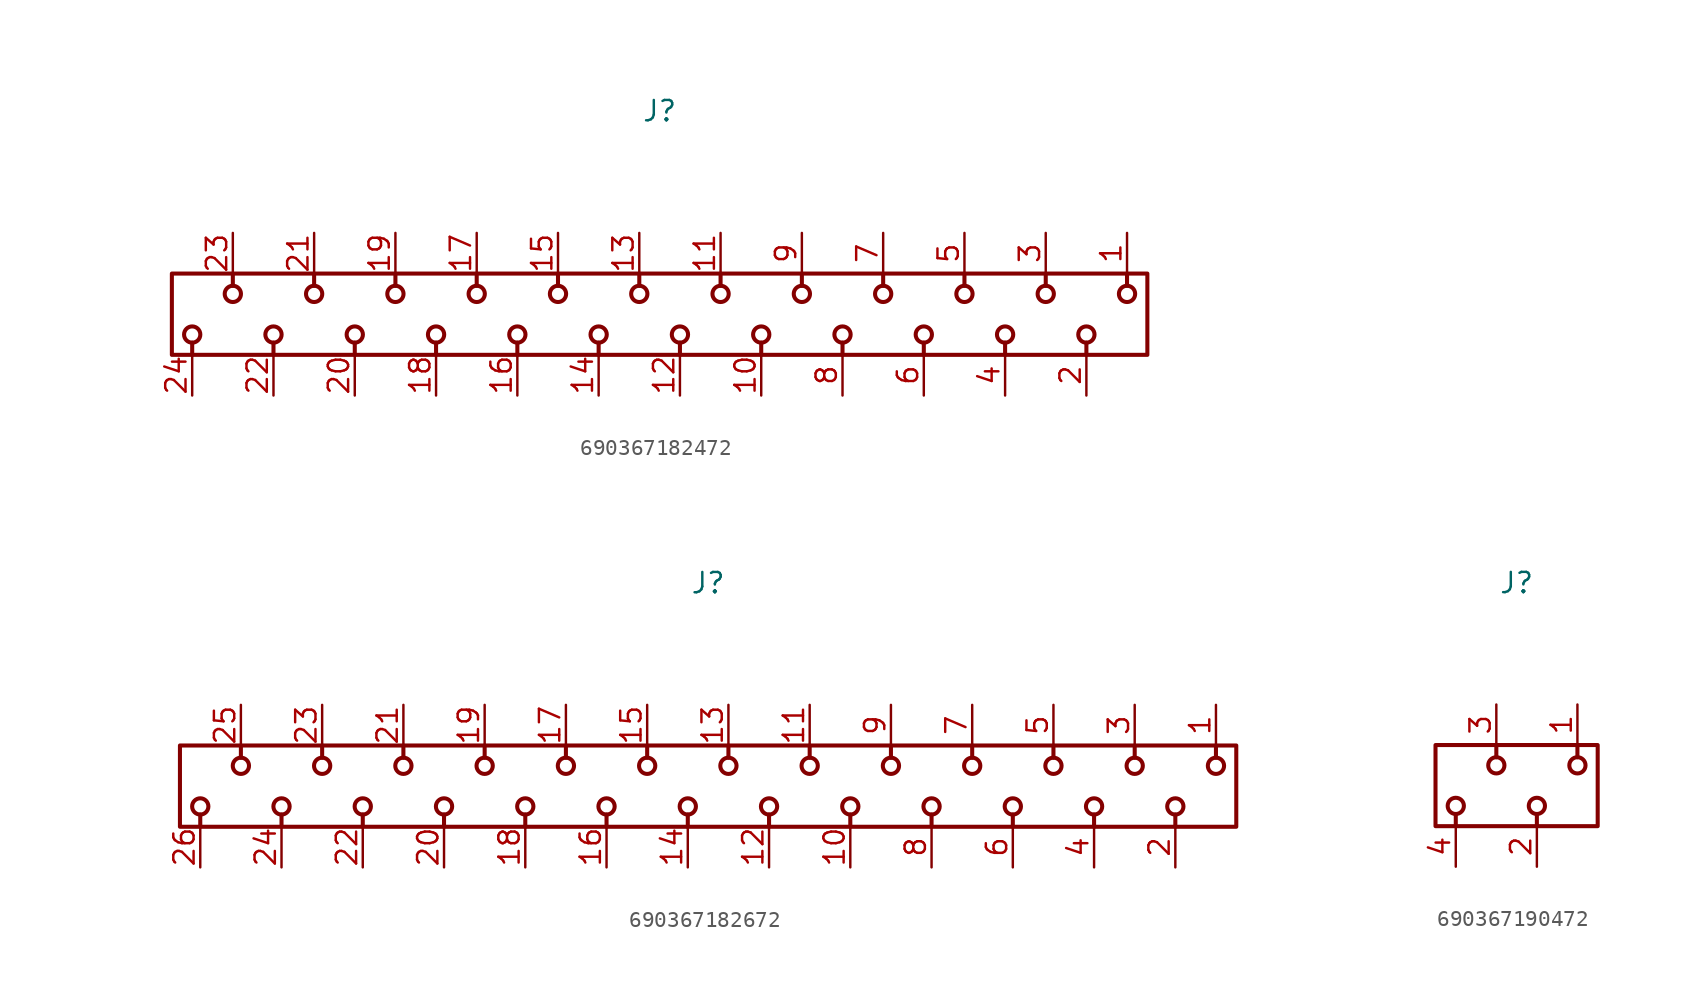
<source format=kicad_sym>
(kicad_symbol_lib
  (version 20241209)
  (generator "kicad_symbol_editor")
  (generator_version "9.0")
  (symbol "690367182472"
    (pin_names
      (hide yes))
    (property "Reference" "J"
      (at 0 12.7 0)
      (effects (font (size 1.27 1.27))))
    (symbol "690367182472_1_1"
      (rectangle (start -30.48 2.54) (end 30.48 -2.54) (stroke (width 0.254) (type solid)) (fill (type none)))
      (circle (center -29.21 -1.27) (radius 0.508) (stroke (width 0.254) (type solid)) (fill (type none)))
      (polyline (pts (xy -29.21 -1.778) (xy -29.21 -2.54)) (stroke (width 0.254) (type solid)) (fill (type none)))
      (polyline (pts (xy -26.67 1.778) (xy -26.67 2.54)) (stroke (width 0.254) (type solid)) (fill (type none)))
      (circle (center -26.67 1.27) (radius 0.508) (stroke (width 0.254) (type solid)) (fill (type none)))
      (circle (center -24.13 -1.27) (radius 0.508) (stroke (width 0.254) (type solid)) (fill (type none)))
      (polyline (pts (xy -24.13 -1.778) (xy -24.13 -2.54)) (stroke (width 0.254) (type solid)) (fill (type none)))
      (polyline (pts (xy -21.59 1.778) (xy -21.59 2.54)) (stroke (width 0.254) (type solid)) (fill (type none)))
      (circle (center -21.59 1.27) (radius 0.508) (stroke (width 0.254) (type solid)) (fill (type none)))
      (circle (center -19.05 -1.27) (radius 0.508) (stroke (width 0.254) (type solid)) (fill (type none)))
      (polyline (pts (xy -19.05 -1.778) (xy -19.05 -2.54)) (stroke (width 0.254) (type solid)) (fill (type none)))
      (polyline (pts (xy -16.51 1.778) (xy -16.51 2.54)) (stroke (width 0.254) (type solid)) (fill (type none)))
      (circle (center -16.51 1.27) (radius 0.508) (stroke (width 0.254) (type solid)) (fill (type none)))
      (circle (center -13.97 -1.27) (radius 0.508) (stroke (width 0.254) (type solid)) (fill (type none)))
      (polyline (pts (xy -13.97 -1.778) (xy -13.97 -2.54)) (stroke (width 0.254) (type solid)) (fill (type none)))
      (polyline (pts (xy -11.43 1.778) (xy -11.43 2.54)) (stroke (width 0.254) (type solid)) (fill (type none)))
      (circle (center -11.43 1.27) (radius 0.508) (stroke (width 0.254) (type solid)) (fill (type none)))
      (circle (center -8.89 -1.27) (radius 0.508) (stroke (width 0.254) (type solid)) (fill (type none)))
      (polyline (pts (xy -8.89 -1.778) (xy -8.89 -2.54)) (stroke (width 0.254) (type solid)) (fill (type none)))
      (polyline (pts (xy -6.35 1.778) (xy -6.35 2.54)) (stroke (width 0.254) (type solid)) (fill (type none)))
      (circle (center -6.35 1.27) (radius 0.508) (stroke (width 0.254) (type solid)) (fill (type none)))
      (circle (center -3.81 -1.27) (radius 0.508) (stroke (width 0.254) (type solid)) (fill (type none)))
      (polyline (pts (xy -3.81 -1.778) (xy -3.81 -2.54)) (stroke (width 0.254) (type solid)) (fill (type none)))
      (polyline (pts (xy -1.27 1.778) (xy -1.27 2.54)) (stroke (width 0.254) (type solid)) (fill (type none)))
      (circle (center -1.27 1.27) (radius 0.508) (stroke (width 0.254) (type solid)) (fill (type none)))
      (circle (center 1.27 -1.27) (radius 0.508) (stroke (width 0.254) (type solid)) (fill (type none)))
      (polyline (pts (xy 1.27 -1.778) (xy 1.27 -2.54)) (stroke (width 0.254) (type solid)) (fill (type none)))
      (polyline (pts (xy 3.81 1.778) (xy 3.81 2.54)) (stroke (width 0.254) (type solid)) (fill (type none)))
      (circle (center 3.81 1.27) (radius 0.508) (stroke (width 0.254) (type solid)) (fill (type none)))
      (circle (center 6.35 -1.27) (radius 0.508) (stroke (width 0.254) (type solid)) (fill (type none)))
      (polyline (pts (xy 6.35 -1.778) (xy 6.35 -2.54)) (stroke (width 0.254) (type solid)) (fill (type none)))
      (polyline (pts (xy 8.89 1.778) (xy 8.89 2.54)) (stroke (width 0.254) (type solid)) (fill (type none)))
      (circle (center 8.89 1.27) (radius 0.508) (stroke (width 0.254) (type solid)) (fill (type none)))
      (circle (center 11.43 -1.27) (radius 0.508) (stroke (width 0.254) (type solid)) (fill (type none)))
      (polyline (pts (xy 11.43 -1.778) (xy 11.43 -2.54)) (stroke (width 0.254) (type solid)) (fill (type none)))
      (polyline (pts (xy 13.97 1.778) (xy 13.97 2.54)) (stroke (width 0.254) (type solid)) (fill (type none)))
      (circle (center 13.97 1.27) (radius 0.508) (stroke (width 0.254) (type solid)) (fill (type none)))
      (circle (center 16.51 -1.27) (radius 0.508) (stroke (width 0.254) (type solid)) (fill (type none)))
      (polyline (pts (xy 16.51 -1.778) (xy 16.51 -2.54)) (stroke (width 0.254) (type solid)) (fill (type none)))
      (polyline (pts (xy 19.05 1.778) (xy 19.05 2.54)) (stroke (width 0.254) (type solid)) (fill (type none)))
      (circle (center 19.05 1.27) (radius 0.508) (stroke (width 0.254) (type solid)) (fill (type none)))
      (circle (center 21.59 -1.27) (radius 0.508) (stroke (width 0.254) (type solid)) (fill (type none)))
      (polyline (pts (xy 21.59 -1.778) (xy 21.59 -2.54)) (stroke (width 0.254) (type solid)) (fill (type none)))
      (polyline (pts (xy 24.13 1.778) (xy 24.13 2.54)) (stroke (width 0.254) (type solid)) (fill (type none)))
      (circle (center 24.13 1.27) (radius 0.508) (stroke (width 0.254) (type solid)) (fill (type none)))
      (circle (center 26.67 -1.27) (radius 0.508) (stroke (width 0.254) (type solid)) (fill (type none)))
      (polyline (pts (xy 26.67 -1.778) (xy 26.67 -2.54)) (stroke (width 0.254) (type solid)) (fill (type none)))
      (polyline (pts (xy 29.21 1.778) (xy 29.21 2.54)) (stroke (width 0.254) (type solid)) (fill (type none)))
      (circle (center 29.21 1.27) (radius 0.508) (stroke (width 0.254) (type solid)) (fill (type none)))
      (pin passive line (at -29.21 -5.08 90) (length 2.54) (name "24" (effects (font (size 1.27 1.27)))) (number "24" (effects (font (size 1.27 1.27)))))
      (pin passive line (at -26.67 5.08 270) (length 2.54) (name "23" (effects (font (size 1.27 1.27)))) (number "23" (effects (font (size 1.27 1.27)))))
      (pin passive line (at -24.13 -5.08 90) (length 2.54) (name "22" (effects (font (size 1.27 1.27)))) (number "22" (effects (font (size 1.27 1.27)))))
      (pin passive line (at -21.59 5.08 270) (length 2.54) (name "21" (effects (font (size 1.27 1.27)))) (number "21" (effects (font (size 1.27 1.27)))))
      (pin passive line (at -19.05 -5.08 90) (length 2.54) (name "20" (effects (font (size 1.27 1.27)))) (number "20" (effects (font (size 1.27 1.27)))))
      (pin passive line (at -16.51 5.08 270) (length 2.54) (name "19" (effects (font (size 1.27 1.27)))) (number "19" (effects (font (size 1.27 1.27)))))
      (pin passive line (at -13.97 -5.08 90) (length 2.54) (name "18" (effects (font (size 1.27 1.27)))) (number "18" (effects (font (size 1.27 1.27)))))
      (pin passive line (at -11.43 5.08 270) (length 2.54) (name "17" (effects (font (size 1.27 1.27)))) (number "17" (effects (font (size 1.27 1.27)))))
      (pin passive line (at -8.89 -5.08 90) (length 2.54) (name "16" (effects (font (size 1.27 1.27)))) (number "16" (effects (font (size 1.27 1.27)))))
      (pin passive line (at -6.35 5.08 270) (length 2.54) (name "15" (effects (font (size 1.27 1.27)))) (number "15" (effects (font (size 1.27 1.27)))))
      (pin passive line (at -3.81 -5.08 90) (length 2.54) (name "14" (effects (font (size 1.27 1.27)))) (number "14" (effects (font (size 1.27 1.27)))))
      (pin passive line (at -1.27 5.08 270) (length 2.54) (name "13" (effects (font (size 1.27 1.27)))) (number "13" (effects (font (size 1.27 1.27)))))
      (pin passive line (at 1.27 -5.08 90) (length 2.54) (name "12" (effects (font (size 1.27 1.27)))) (number "12" (effects (font (size 1.27 1.27)))))
      (pin passive line (at 3.81 5.08 270) (length 2.54) (name "11" (effects (font (size 1.27 1.27)))) (number "11" (effects (font (size 1.27 1.27)))))
      (pin passive line (at 6.35 -5.08 90) (length 2.54) (name "10" (effects (font (size 1.27 1.27)))) (number "10" (effects (font (size 1.27 1.27)))))
      (pin passive line (at 8.89 5.08 270) (length 2.54) (name "9" (effects (font (size 1.27 1.27)))) (number "9" (effects (font (size 1.27 1.27)))))
      (pin passive line (at 11.43 -5.08 90) (length 2.54) (name "8" (effects (font (size 1.27 1.27)))) (number "8" (effects (font (size 1.27 1.27)))))
      (pin passive line (at 13.97 5.08 270) (length 2.54) (name "7" (effects (font (size 1.27 1.27)))) (number "7" (effects (font (size 1.27 1.27)))))
      (pin passive line (at 16.51 -5.08 90) (length 2.54) (name "6" (effects (font (size 1.27 1.27)))) (number "6" (effects (font (size 1.27 1.27)))))
      (pin passive line (at 19.05 5.08 270) (length 2.54) (name "5" (effects (font (size 1.27 1.27)))) (number "5" (effects (font (size 1.27 1.27)))))
      (pin passive line (at 21.59 -5.08 90) (length 2.54) (name "4" (effects (font (size 1.27 1.27)))) (number "4" (effects (font (size 1.27 1.27)))))
      (pin passive line (at 24.13 5.08 270) (length 2.54) (name "3" (effects (font (size 1.27 1.27)))) (number "3" (effects (font (size 1.27 1.27)))))
      (pin passive line (at 26.67 -5.08 90) (length 2.54) (name "2" (effects (font (size 1.27 1.27)))) (number "2" (effects (font (size 1.27 1.27)))))
      (pin passive line (at 29.21 5.08 270) (length 2.54) (name "1" (effects (font (size 1.27 1.27)))) (number "1" (effects (font (size 1.27 1.27)))))))
  (symbol "690367182672"
    (pin_names
      (hide yes))
    (property "Reference" "J"
      (at 0 12.7 0)
      (effects (font (size 1.27 1.27))))
    (symbol "690367182672_1_1"
      (rectangle (start -33.02 2.54) (end 33.02 -2.54) (stroke (width 0.254) (type solid)) (fill (type none)))
      (circle (center -31.75 -1.27) (radius 0.508) (stroke (width 0.254) (type solid)) (fill (type none)))
      (polyline (pts (xy -31.75 -1.778) (xy -31.75 -2.54)) (stroke (width 0.254) (type solid)) (fill (type none)))
      (polyline (pts (xy -29.21 1.778) (xy -29.21 2.54)) (stroke (width 0.254) (type solid)) (fill (type none)))
      (circle (center -29.21 1.27) (radius 0.508) (stroke (width 0.254) (type solid)) (fill (type none)))
      (circle (center -26.67 -1.27) (radius 0.508) (stroke (width 0.254) (type solid)) (fill (type none)))
      (polyline (pts (xy -26.67 -1.778) (xy -26.67 -2.54)) (stroke (width 0.254) (type solid)) (fill (type none)))
      (polyline (pts (xy -24.13 1.778) (xy -24.13 2.54)) (stroke (width 0.254) (type solid)) (fill (type none)))
      (circle (center -24.13 1.27) (radius 0.508) (stroke (width 0.254) (type solid)) (fill (type none)))
      (circle (center -21.59 -1.27) (radius 0.508) (stroke (width 0.254) (type solid)) (fill (type none)))
      (polyline (pts (xy -21.59 -1.778) (xy -21.59 -2.54)) (stroke (width 0.254) (type solid)) (fill (type none)))
      (polyline (pts (xy -19.05 1.778) (xy -19.05 2.54)) (stroke (width 0.254) (type solid)) (fill (type none)))
      (circle (center -19.05 1.27) (radius 0.508) (stroke (width 0.254) (type solid)) (fill (type none)))
      (circle (center -16.51 -1.27) (radius 0.508) (stroke (width 0.254) (type solid)) (fill (type none)))
      (polyline (pts (xy -16.51 -1.778) (xy -16.51 -2.54)) (stroke (width 0.254) (type solid)) (fill (type none)))
      (polyline (pts (xy -13.97 1.778) (xy -13.97 2.54)) (stroke (width 0.254) (type solid)) (fill (type none)))
      (circle (center -13.97 1.27) (radius 0.508) (stroke (width 0.254) (type solid)) (fill (type none)))
      (circle (center -11.43 -1.27) (radius 0.508) (stroke (width 0.254) (type solid)) (fill (type none)))
      (polyline (pts (xy -11.43 -1.778) (xy -11.43 -2.54)) (stroke (width 0.254) (type solid)) (fill (type none)))
      (polyline (pts (xy -8.89 1.778) (xy -8.89 2.54)) (stroke (width 0.254) (type solid)) (fill (type none)))
      (circle (center -8.89 1.27) (radius 0.508) (stroke (width 0.254) (type solid)) (fill (type none)))
      (circle (center -6.35 -1.27) (radius 0.508) (stroke (width 0.254) (type solid)) (fill (type none)))
      (polyline (pts (xy -6.35 -1.778) (xy -6.35 -2.54)) (stroke (width 0.254) (type solid)) (fill (type none)))
      (polyline (pts (xy -3.81 1.778) (xy -3.81 2.54)) (stroke (width 0.254) (type solid)) (fill (type none)))
      (circle (center -3.81 1.27) (radius 0.508) (stroke (width 0.254) (type solid)) (fill (type none)))
      (circle (center -1.27 -1.27) (radius 0.508) (stroke (width 0.254) (type solid)) (fill (type none)))
      (polyline (pts (xy -1.27 -1.778) (xy -1.27 -2.54)) (stroke (width 0.254) (type solid)) (fill (type none)))
      (polyline (pts (xy 1.27 1.778) (xy 1.27 2.54)) (stroke (width 0.254) (type solid)) (fill (type none)))
      (circle (center 1.27 1.27) (radius 0.508) (stroke (width 0.254) (type solid)) (fill (type none)))
      (circle (center 3.81 -1.27) (radius 0.508) (stroke (width 0.254) (type solid)) (fill (type none)))
      (polyline (pts (xy 3.81 -1.778) (xy 3.81 -2.54)) (stroke (width 0.254) (type solid)) (fill (type none)))
      (polyline (pts (xy 6.35 1.778) (xy 6.35 2.54)) (stroke (width 0.254) (type solid)) (fill (type none)))
      (circle (center 6.35 1.27) (radius 0.508) (stroke (width 0.254) (type solid)) (fill (type none)))
      (circle (center 8.89 -1.27) (radius 0.508) (stroke (width 0.254) (type solid)) (fill (type none)))
      (polyline (pts (xy 8.89 -1.778) (xy 8.89 -2.54)) (stroke (width 0.254) (type solid)) (fill (type none)))
      (polyline (pts (xy 11.43 1.778) (xy 11.43 2.54)) (stroke (width 0.254) (type solid)) (fill (type none)))
      (circle (center 11.43 1.27) (radius 0.508) (stroke (width 0.254) (type solid)) (fill (type none)))
      (circle (center 13.97 -1.27) (radius 0.508) (stroke (width 0.254) (type solid)) (fill (type none)))
      (polyline (pts (xy 13.97 -1.778) (xy 13.97 -2.54)) (stroke (width 0.254) (type solid)) (fill (type none)))
      (polyline (pts (xy 16.51 1.778) (xy 16.51 2.54)) (stroke (width 0.254) (type solid)) (fill (type none)))
      (circle (center 16.51 1.27) (radius 0.508) (stroke (width 0.254) (type solid)) (fill (type none)))
      (circle (center 19.05 -1.27) (radius 0.508) (stroke (width 0.254) (type solid)) (fill (type none)))
      (polyline (pts (xy 19.05 -1.778) (xy 19.05 -2.54)) (stroke (width 0.254) (type solid)) (fill (type none)))
      (polyline (pts (xy 21.59 1.778) (xy 21.59 2.54)) (stroke (width 0.254) (type solid)) (fill (type none)))
      (circle (center 21.59 1.27) (radius 0.508) (stroke (width 0.254) (type solid)) (fill (type none)))
      (circle (center 24.13 -1.27) (radius 0.508) (stroke (width 0.254) (type solid)) (fill (type none)))
      (polyline (pts (xy 24.13 -1.778) (xy 24.13 -2.54)) (stroke (width 0.254) (type solid)) (fill (type none)))
      (polyline (pts (xy 26.67 1.778) (xy 26.67 2.54)) (stroke (width 0.254) (type solid)) (fill (type none)))
      (circle (center 26.67 1.27) (radius 0.508) (stroke (width 0.254) (type solid)) (fill (type none)))
      (circle (center 29.21 -1.27) (radius 0.508) (stroke (width 0.254) (type solid)) (fill (type none)))
      (polyline (pts (xy 29.21 -1.778) (xy 29.21 -2.54)) (stroke (width 0.254) (type solid)) (fill (type none)))
      (polyline (pts (xy 31.75 1.778) (xy 31.75 2.54)) (stroke (width 0.254) (type solid)) (fill (type none)))
      (circle (center 31.75 1.27) (radius 0.508) (stroke (width 0.254) (type solid)) (fill (type none)))
      (pin passive line (at -31.75 -5.08 90) (length 2.54) (name "26" (effects (font (size 1.27 1.27)))) (number "26" (effects (font (size 1.27 1.27)))))
      (pin passive line (at -29.21 5.08 270) (length 2.54) (name "25" (effects (font (size 1.27 1.27)))) (number "25" (effects (font (size 1.27 1.27)))))
      (pin passive line (at -26.67 -5.08 90) (length 2.54) (name "24" (effects (font (size 1.27 1.27)))) (number "24" (effects (font (size 1.27 1.27)))))
      (pin passive line (at -24.13 5.08 270) (length 2.54) (name "23" (effects (font (size 1.27 1.27)))) (number "23" (effects (font (size 1.27 1.27)))))
      (pin passive line (at -21.59 -5.08 90) (length 2.54) (name "22" (effects (font (size 1.27 1.27)))) (number "22" (effects (font (size 1.27 1.27)))))
      (pin passive line (at -19.05 5.08 270) (length 2.54) (name "21" (effects (font (size 1.27 1.27)))) (number "21" (effects (font (size 1.27 1.27)))))
      (pin passive line (at -16.51 -5.08 90) (length 2.54) (name "20" (effects (font (size 1.27 1.27)))) (number "20" (effects (font (size 1.27 1.27)))))
      (pin passive line (at -13.97 5.08 270) (length 2.54) (name "19" (effects (font (size 1.27 1.27)))) (number "19" (effects (font (size 1.27 1.27)))))
      (pin passive line (at -11.43 -5.08 90) (length 2.54) (name "18" (effects (font (size 1.27 1.27)))) (number "18" (effects (font (size 1.27 1.27)))))
      (pin passive line (at -8.89 5.08 270) (length 2.54) (name "17" (effects (font (size 1.27 1.27)))) (number "17" (effects (font (size 1.27 1.27)))))
      (pin passive line (at -6.35 -5.08 90) (length 2.54) (name "16" (effects (font (size 1.27 1.27)))) (number "16" (effects (font (size 1.27 1.27)))))
      (pin passive line (at -3.81 5.08 270) (length 2.54) (name "15" (effects (font (size 1.27 1.27)))) (number "15" (effects (font (size 1.27 1.27)))))
      (pin passive line (at -1.27 -5.08 90) (length 2.54) (name "14" (effects (font (size 1.27 1.27)))) (number "14" (effects (font (size 1.27 1.27)))))
      (pin passive line (at 1.27 5.08 270) (length 2.54) (name "13" (effects (font (size 1.27 1.27)))) (number "13" (effects (font (size 1.27 1.27)))))
      (pin passive line (at 3.81 -5.08 90) (length 2.54) (name "12" (effects (font (size 1.27 1.27)))) (number "12" (effects (font (size 1.27 1.27)))))
      (pin passive line (at 6.35 5.08 270) (length 2.54) (name "11" (effects (font (size 1.27 1.27)))) (number "11" (effects (font (size 1.27 1.27)))))
      (pin passive line (at 8.89 -5.08 90) (length 2.54) (name "10" (effects (font (size 1.27 1.27)))) (number "10" (effects (font (size 1.27 1.27)))))
      (pin passive line (at 11.43 5.08 270) (length 2.54) (name "9" (effects (font (size 1.27 1.27)))) (number "9" (effects (font (size 1.27 1.27)))))
      (pin passive line (at 13.97 -5.08 90) (length 2.54) (name "8" (effects (font (size 1.27 1.27)))) (number "8" (effects (font (size 1.27 1.27)))))
      (pin passive line (at 16.51 5.08 270) (length 2.54) (name "7" (effects (font (size 1.27 1.27)))) (number "7" (effects (font (size 1.27 1.27)))))
      (pin passive line (at 19.05 -5.08 90) (length 2.54) (name "6" (effects (font (size 1.27 1.27)))) (number "6" (effects (font (size 1.27 1.27)))))
      (pin passive line (at 21.59 5.08 270) (length 2.54) (name "5" (effects (font (size 1.27 1.27)))) (number "5" (effects (font (size 1.27 1.27)))))
      (pin passive line (at 24.13 -5.08 90) (length 2.54) (name "4" (effects (font (size 1.27 1.27)))) (number "4" (effects (font (size 1.27 1.27)))))
      (pin passive line (at 26.67 5.08 270) (length 2.54) (name "3" (effects (font (size 1.27 1.27)))) (number "3" (effects (font (size 1.27 1.27)))))
      (pin passive line (at 29.21 -5.08 90) (length 2.54) (name "2" (effects (font (size 1.27 1.27)))) (number "2" (effects (font (size 1.27 1.27)))))
      (pin passive line (at 31.75 5.08 270) (length 2.54) (name "1" (effects (font (size 1.27 1.27)))) (number "1" (effects (font (size 1.27 1.27)))))))
  (symbol "690367190472"
    (pin_names
      (hide yes))
    (property "Reference" "J"
      (at 0 12.7 0)
      (effects (font (size 1.27 1.27))))
    (symbol "690367190472_1_1"
      (rectangle (start -5.08 2.54) (end 5.08 -2.54) (stroke (width 0.254) (type solid)) (fill (type none)))
      (circle (center -3.81 -1.27) (radius 0.508) (stroke (width 0.254) (type solid)) (fill (type none)))
      (polyline (pts (xy -3.81 -1.778) (xy -3.81 -2.54)) (stroke (width 0.254) (type solid)) (fill (type none)))
      (polyline (pts (xy -1.27 1.778) (xy -1.27 2.54)) (stroke (width 0.254) (type solid)) (fill (type none)))
      (circle (center -1.27 1.27) (radius 0.508) (stroke (width 0.254) (type solid)) (fill (type none)))
      (circle (center 1.27 -1.27) (radius 0.508) (stroke (width 0.254) (type solid)) (fill (type none)))
      (polyline (pts (xy 1.27 -1.778) (xy 1.27 -2.54)) (stroke (width 0.254) (type solid)) (fill (type none)))
      (polyline (pts (xy 3.81 1.778) (xy 3.81 2.54)) (stroke (width 0.254) (type solid)) (fill (type none)))
      (circle (center 3.81 1.27) (radius 0.508) (stroke (width 0.254) (type solid)) (fill (type none)))
      (pin passive line (at -3.81 -5.08 90) (length 2.54) (name "4" (effects (font (size 1.27 1.27)))) (number "4" (effects (font (size 1.27 1.27)))))
      (pin passive line (at -1.27 5.08 270) (length 2.54) (name "3" (effects (font (size 1.27 1.27)))) (number "3" (effects (font (size 1.27 1.27)))))
      (pin passive line (at 1.27 -5.08 90) (length 2.54) (name "2" (effects (font (size 1.27 1.27)))) (number "2" (effects (font (size 1.27 1.27)))))
      (pin passive line (at 3.81 5.08 270) (length 2.54) (name "1" (effects (font (size 1.27 1.27)))) (number "1" (effects (font (size 1.27 1.27))))))))
</source>
